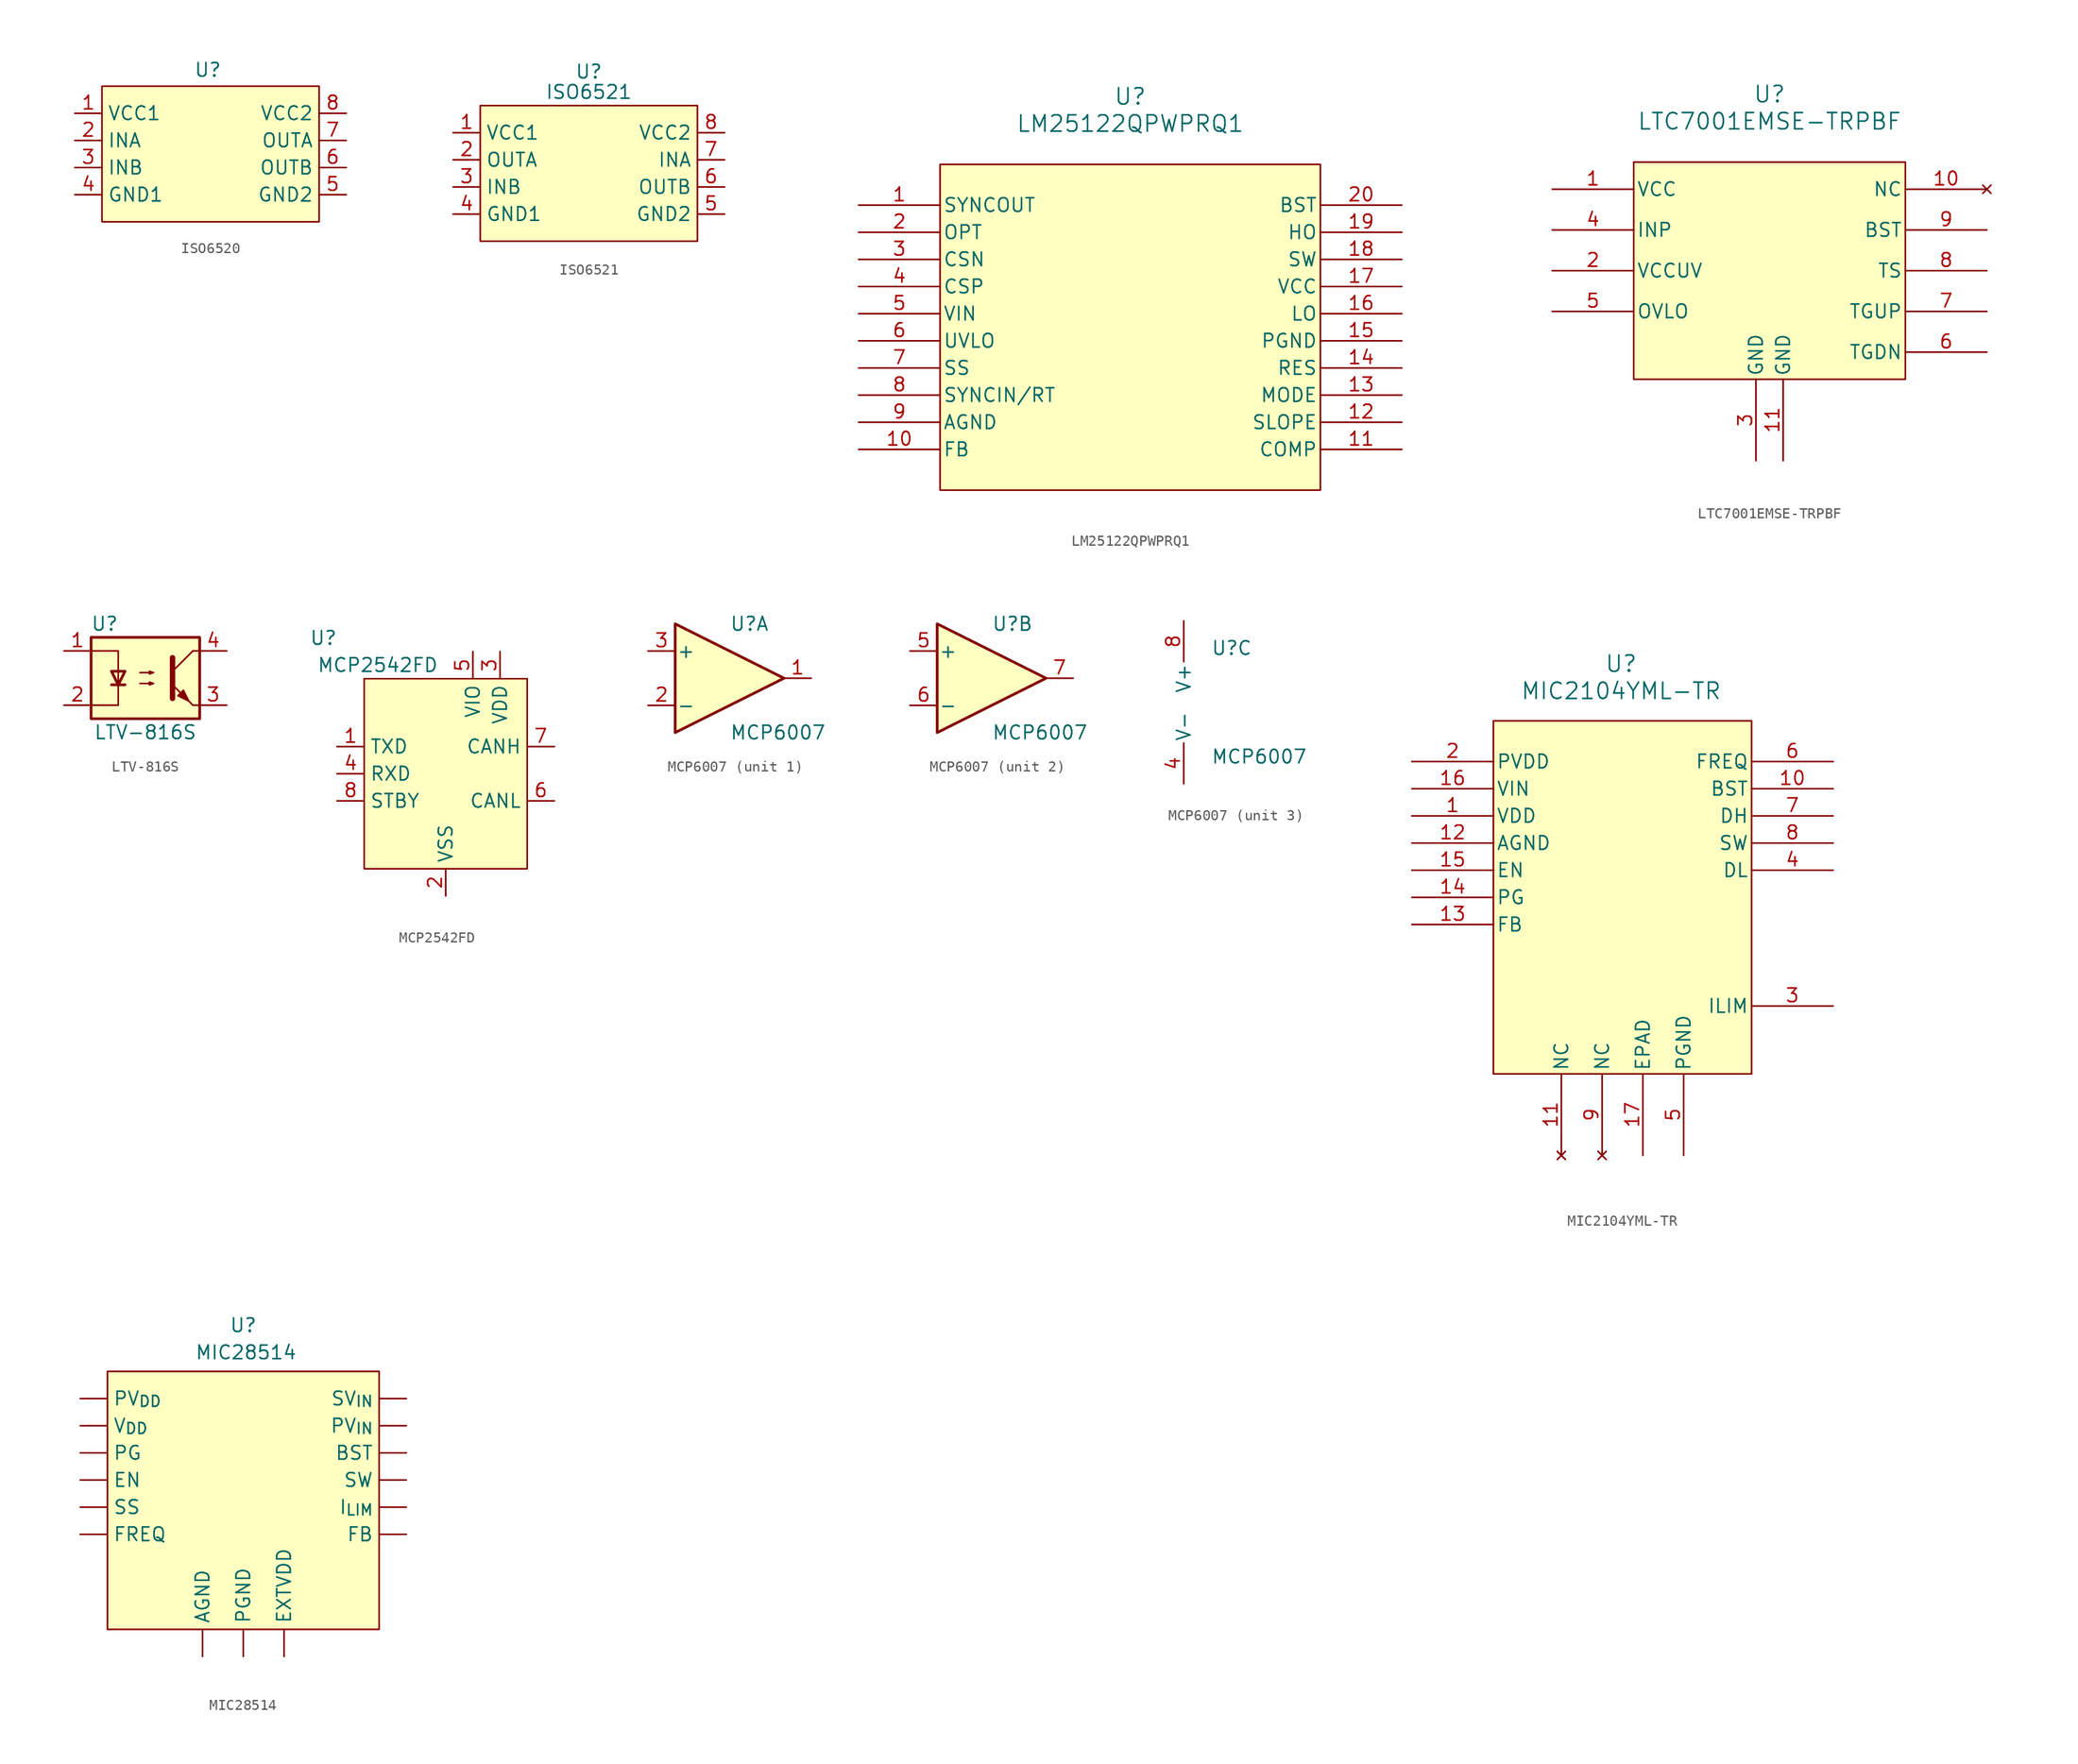
<source format=kicad_sym>
(kicad_symbol_lib
  (version 20231120)
  (generator "kicad_symbol_editor")
  (generator_version "8.0")
  (symbol "ISO6520"
    (property "Reference" "U"
      (at -0.254 7.874 0)
      (effects (font (size 1.27 1.27))))
    (property "Value" ""
      (at 3.81 -5.08 0)
      (effects (font (size 1.27 1.27))))
    (symbol "ISO6520_1_1"
      (rectangle (start -10.16 6.35) (end 10.16 -6.35) (stroke (width 0) (type default)) (fill (type background)))
      (pin input line (at -12.7 3.81 0) (length 2.54) (name "VCC1" (effects (font (size 1.27 1.27)))) (number "1" (effects (font (size 1.27 1.27)))))
      (pin input line (at -12.7 1.27 0) (length 2.54) (name "INA" (effects (font (size 1.27 1.27)))) (number "2" (effects (font (size 1.27 1.27)))))
      (pin input line (at -12.7 -1.27 0) (length 2.54) (name "INB" (effects (font (size 1.27 1.27)))) (number "3" (effects (font (size 1.27 1.27)))))
      (pin input line (at -12.7 -3.81 0) (length 2.54) (name "GND1" (effects (font (size 1.27 1.27)))) (number "4" (effects (font (size 1.27 1.27)))))
      (pin input line (at 12.7 -3.81 180) (length 2.54) (name "GND2" (effects (font (size 1.27 1.27)))) (number "5" (effects (font (size 1.27 1.27)))))
      (pin input line (at 12.7 -1.27 180) (length 2.54) (name "OUTB" (effects (font (size 1.27 1.27)))) (number "6" (effects (font (size 1.27 1.27)))))
      (pin input line (at 12.7 1.27 180) (length 2.54) (name "OUTA" (effects (font (size 1.27 1.27)))) (number "7" (effects (font (size 1.27 1.27)))))
      (pin input line (at 12.7 3.81 180) (length 2.54) (name "VCC2" (effects (font (size 1.27 1.27)))) (number "8" (effects (font (size 1.27 1.27)))))))
  (symbol "ISO6521"
    (property "Reference" "U"
      (at 0 8.89 0)
      (effects (font (size 1.27 1.27))))
    (property "Value" "ISO6521"
      (at 0 6.985 0)
      (effects (font (size 1.27 1.27))))
    (symbol "ISO6521_1_1"
      (rectangle (start -10.16 5.715) (end 10.16 -6.985) (stroke (width 0) (type default)) (fill (type background)))
      (pin input line (at -12.7 3.175 0) (length 2.54) (name "VCC1" (effects (font (size 1.27 1.27)))) (number "1" (effects (font (size 1.27 1.27)))))
      (pin input line (at -12.7 0.635 0) (length 2.54) (name "OUTA" (effects (font (size 1.27 1.27)))) (number "2" (effects (font (size 1.27 1.27)))))
      (pin input line (at -12.7 -1.905 0) (length 2.54) (name "INB" (effects (font (size 1.27 1.27)))) (number "3" (effects (font (size 1.27 1.27)))))
      (pin input line (at -12.7 -4.445 0) (length 2.54) (name "GND1" (effects (font (size 1.27 1.27)))) (number "4" (effects (font (size 1.27 1.27)))))
      (pin input line (at 12.7 -4.445 180) (length 2.54) (name "GND2" (effects (font (size 1.27 1.27)))) (number "5" (effects (font (size 1.27 1.27)))))
      (pin input line (at 12.7 -1.905 180) (length 2.54) (name "OUTB" (effects (font (size 1.27 1.27)))) (number "6" (effects (font (size 1.27 1.27)))))
      (pin input line (at 12.7 0.635 180) (length 2.54) (name "INA" (effects (font (size 1.27 1.27)))) (number "7" (effects (font (size 1.27 1.27)))))
      (pin input line (at 12.7 3.175 180) (length 2.54) (name "VCC2" (effects (font (size 1.27 1.27)))) (number "8" (effects (font (size 1.27 1.27)))))))
  (symbol "LM25122QPWPRQ1"
    (pin_names
      (offset 0.254))
    (property "Reference" "U"
      (at 25.4 10.16 0)
      (effects (font (size 1.524 1.524))))
    (property "Value" "LM25122QPWPRQ1"
      (at 25.4 7.62 0)
      (effects (font (size 1.524 1.524))))
    (symbol "LM25122QPWPRQ1_0_1"
      (pin output line (at 0 0 0) (length 7.62) (name "SYNCOUT" (effects (font (size 1.27 1.27)))) (number "1" (effects (font (size 1.27 1.27)))))
      (pin input line (at 0 -22.86 0) (length 7.62) (name "FB" (effects (font (size 1.27 1.27)))) (number "10" (effects (font (size 1.27 1.27)))))
      (pin output line (at 50.8 -22.86 180) (length 7.62) (name "COMP" (effects (font (size 1.27 1.27)))) (number "11" (effects (font (size 1.27 1.27)))))
      (pin input line (at 50.8 -20.32 180) (length 7.62) (name "SLOPE" (effects (font (size 1.27 1.27)))) (number "12" (effects (font (size 1.27 1.27)))))
      (pin input line (at 50.8 -17.78 180) (length 7.62) (name "MODE" (effects (font (size 1.27 1.27)))) (number "13" (effects (font (size 1.27 1.27)))))
      (pin output line (at 50.8 -15.24 180) (length 7.62) (name "RES" (effects (font (size 1.27 1.27)))) (number "14" (effects (font (size 1.27 1.27)))))
      (pin power_in line (at 50.8 -12.7 180) (length 7.62) (name "PGND" (effects (font (size 1.27 1.27)))) (number "15" (effects (font (size 1.27 1.27)))))
      (pin output line (at 50.8 -10.16 180) (length 7.62) (name "LO" (effects (font (size 1.27 1.27)))) (number "16" (effects (font (size 1.27 1.27)))))
      (pin power_in line (at 50.8 -7.62 180) (length 7.62) (name "VCC" (effects (font (size 1.27 1.27)))) (number "17" (effects (font (size 1.27 1.27)))))
      (pin bidirectional line (at 50.8 -5.08 180) (length 7.62) (name "SW" (effects (font (size 1.27 1.27)))) (number "18" (effects (font (size 1.27 1.27)))))
      (pin output line (at 50.8 -2.54 180) (length 7.62) (name "HO" (effects (font (size 1.27 1.27)))) (number "19" (effects (font (size 1.27 1.27)))))
      (pin input line (at 0 -2.54 0) (length 7.62) (name "OPT" (effects (font (size 1.27 1.27)))) (number "2" (effects (font (size 1.27 1.27)))))
      (pin unspecified line (at 50.8 0 180) (length 7.62) (name "BST" (effects (font (size 1.27 1.27)))) (number "20" (effects (font (size 1.27 1.27)))))
      (pin input line (at 0 -5.08 0) (length 7.62) (name "CSN" (effects (font (size 1.27 1.27)))) (number "3" (effects (font (size 1.27 1.27)))))
      (pin input line (at 0 -7.62 0) (length 7.62) (name "CSP" (effects (font (size 1.27 1.27)))) (number "4" (effects (font (size 1.27 1.27)))))
      (pin input line (at 0 -10.16 0) (length 7.62) (name "VIN" (effects (font (size 1.27 1.27)))) (number "5" (effects (font (size 1.27 1.27)))))
      (pin input line (at 0 -12.7 0) (length 7.62) (name "UVLO" (effects (font (size 1.27 1.27)))) (number "6" (effects (font (size 1.27 1.27)))))
      (pin input line (at 0 -15.24 0) (length 7.62) (name "SS" (effects (font (size 1.27 1.27)))) (number "7" (effects (font (size 1.27 1.27)))))
      (pin input line (at 0 -17.78 0) (length 7.62) (name "SYNCIN/RT" (effects (font (size 1.27 1.27)))) (number "8" (effects (font (size 1.27 1.27)))))
      (pin power_in line (at 0 -20.32 0) (length 7.62) (name "AGND" (effects (font (size 1.27 1.27)))) (number "9" (effects (font (size 1.27 1.27))))))
    (symbol "LM25122QPWPRQ1_1_1"
      (rectangle (start 7.62 3.81) (end 43.18 -26.67) (stroke (width 0) (type default)) (fill (type background)))))
  (symbol "LTC7001EMSE-TRPBF"
    (pin_names
      (offset 0.254))
    (property "Reference" "U"
      (at 20.32 10.16 0)
      (effects (font (size 1.524 1.524))))
    (property "Value" "LTC7001EMSE-TRPBF"
      (at 20.32 7.62 0)
      (effects (font (size 1.524 1.524))))
    (symbol "LTC7001EMSE-TRPBF_0_1"
      (pin power_in line (at 0 1.27 0) (length 7.62) (name "VCC" (effects (font (size 1.27 1.27)))) (number "1" (effects (font (size 1.27 1.27)))))
      (pin no_connect line (at 40.64 1.27 180) (length 7.62) (name "NC" (effects (font (size 1.27 1.27)))) (number "10" (effects (font (size 1.27 1.27)))))
      (pin power_out line (at 21.59 -24.13 90) (length 7.62) (name "GND" (effects (font (size 1.27 1.27)))) (number "11" (effects (font (size 1.27 1.27)))))
      (pin power_in line (at 0 -6.35 0) (length 7.62) (name "VCCUV" (effects (font (size 1.27 1.27)))) (number "2" (effects (font (size 1.27 1.27)))))
      (pin input line (at 0 -2.54 0) (length 7.62) (name "INP" (effects (font (size 1.27 1.27)))) (number "4" (effects (font (size 1.27 1.27)))))
      (pin input line (at 0 -10.16 0) (length 7.62) (name "OVLO" (effects (font (size 1.27 1.27)))) (number "5" (effects (font (size 1.27 1.27)))))
      (pin power_in line (at 40.64 -13.97 180) (length 7.62) (name "TGDN" (effects (font (size 1.27 1.27)))) (number "6" (effects (font (size 1.27 1.27)))))
      (pin power_in line (at 40.64 -10.16 180) (length 7.62) (name "TGUP" (effects (font (size 1.27 1.27)))) (number "7" (effects (font (size 1.27 1.27)))))
      (pin power_in line (at 40.64 -6.35 180) (length 7.62) (name "TS" (effects (font (size 1.27 1.27)))) (number "8" (effects (font (size 1.27 1.27)))))
      (pin power_in line (at 40.64 -2.54 180) (length 7.62) (name "BST" (effects (font (size 1.27 1.27)))) (number "9" (effects (font (size 1.27 1.27))))))
    (symbol "LTC7001EMSE-TRPBF_1_1"
      (rectangle (start 7.62 3.81) (end 33.02 -16.51) (stroke (width 0) (type default)) (fill (type background)))
      (pin power_out line (at 19.05 -24.13 90) (length 7.62) (name "GND" (effects (font (size 1.27 1.27)))) (number "3" (effects (font (size 1.27 1.27)))))))
  (symbol "LTV-816S"
    (pin_names
      (offset 1.016))
    (property "Reference" "U"
      (at -3.81 5.08 0)
      (effects (font (size 1.27 1.27))))
    (property "Value" "LTV-816S"
      (at 0 -5.08 0)
      (effects (font (size 1.27 1.27))))
    (symbol "LTV-816S_1_1"
      (rectangle (start -5.08 3.81) (end 5.08 -3.81) (stroke (width 0.254) (type default)) (fill (type background)))
      (polyline (pts (xy -3.175 -0.635) (xy -1.905 -0.635)) (stroke (width 0.254) (type default)) (fill (type none)))
      (polyline (pts (xy 2.54 0.635) (xy 4.445 2.54)) (stroke (width 0) (type default)) (fill (type none)))
      (polyline (pts (xy 4.445 -2.54) (xy 2.54 -0.635)) (stroke (width 0) (type default)) (fill (type outline)))
      (polyline (pts (xy 4.445 -2.54) (xy 5.08 -2.54)) (stroke (width 0) (type default)) (fill (type none)))
      (polyline (pts (xy 4.445 2.54) (xy 5.08 2.54)) (stroke (width 0) (type default)) (fill (type none)))
      (polyline (pts (xy -5.08 2.54) (xy -2.54 2.54) (xy -2.54 -0.762)) (stroke (width 0) (type default)) (fill (type none)))
      (polyline (pts (xy -2.54 -0.635) (xy -2.54 -2.54) (xy -5.08 -2.54)) (stroke (width 0) (type default)) (fill (type none)))
      (polyline (pts (xy 2.54 1.905) (xy 2.54 -1.905) (xy 2.54 -1.905)) (stroke (width 0.508) (type default)) (fill (type none)))
      (polyline (pts (xy -2.54 -0.635) (xy -3.175 0.635) (xy -1.905 0.635) (xy -2.54 -0.635)) (stroke (width 0.254) (type default)) (fill (type none)))
      (polyline (pts (xy -0.508 -0.508) (xy 0.762 -0.508) (xy 0.381 -0.635) (xy 0.381 -0.381) (xy 0.762 -0.508)) (stroke (width 0) (type default)) (fill (type none)))
      (polyline (pts (xy -0.508 0.508) (xy 0.762 0.508) (xy 0.381 0.381) (xy 0.381 0.635) (xy 0.762 0.508)) (stroke (width 0) (type default)) (fill (type none)))
      (polyline (pts (xy 3.048 -1.651) (xy 3.556 -1.143) (xy 4.064 -2.159) (xy 3.048 -1.651) (xy 3.048 -1.651)) (stroke (width 0) (type default)) (fill (type outline)))
      (pin passive line (at -7.62 2.54 0) (length 2.54) (name "~" (effects (font (size 1.27 1.27)))) (number "1" (effects (font (size 1.27 1.27)))))
      (pin passive line (at -7.62 -2.54 0) (length 2.54) (name "~" (effects (font (size 1.27 1.27)))) (number "2" (effects (font (size 1.27 1.27)))))
      (pin passive line (at 7.62 -2.54 180) (length 2.54) (name "~" (effects (font (size 1.27 1.27)))) (number "3" (effects (font (size 1.27 1.27)))))
      (pin passive line (at 7.62 2.54 180) (length 2.54) (name "~" (effects (font (size 1.27 1.27)))) (number "4" (effects (font (size 1.27 1.27)))))))
  (symbol "MCP2542FD"
    (property "Reference" "U"
      (at -11.43 3.81 0)
      (effects (font (size 1.27 1.27))))
    (property "Value" "MCP2542FD"
      (at -6.35 1.27 0)
      (effects (font (size 1.27 1.27))))
    (symbol "MCP2542FD_0_0"
      (pin passive line (at -10.16 -6.35 0) (length 2.54) (name "TXD" (effects (font (size 1.27 1.27)))) (number "1" (effects (font (size 1.27 1.27)))))
      (pin passive line (at 0 -20.32 90) (length 2.54) (name "VSS" (effects (font (size 1.27 1.27)))) (number "2" (effects (font (size 1.27 1.27)))))
      (pin passive line (at 5.08 2.54 270) (length 2.54) (name "VDD" (effects (font (size 1.27 1.27)))) (number "3" (effects (font (size 1.27 1.27)))))
      (pin passive line (at -10.16 -8.89 0) (length 2.54) (name "RXD" (effects (font (size 1.27 1.27)))) (number "4" (effects (font (size 1.27 1.27)))))
      (pin passive line (at 2.54 2.54 270) (length 2.54) (name "VIO" (effects (font (size 1.27 1.27)))) (number "5" (effects (font (size 1.27 1.27)))))
      (pin passive line (at 10.16 -11.43 180) (length 2.54) (name "CANL" (effects (font (size 1.27 1.27)))) (number "6" (effects (font (size 1.27 1.27)))))
      (pin passive line (at 10.16 -6.35 180) (length 2.54) (name "CANH" (effects (font (size 1.27 1.27)))) (number "7" (effects (font (size 1.27 1.27)))))
      (pin passive line (at -10.16 -11.43 0) (length 2.54) (name "STBY" (effects (font (size 1.27 1.27)))) (number "8" (effects (font (size 1.27 1.27))))))
    (symbol "MCP2542FD_1_1"
      (rectangle (start -7.62 0) (end 7.62 -17.78) (stroke (width 0) (type default)) (fill (type background)))))
  (symbol "MCP6007"
    (pin_names
      (offset 0.127))
    (property "Reference" "U"
      (at 0 5.08 0)
      (effects (font (size 1.27 1.27)) (justify left)))
    (property "Value" "MCP6007"
      (at 0 -5.08 0)
      (effects (font (size 1.27 1.27)) (justify left)))
    (property "ki_locked" ""
      (at 0 0 0)
      (effects (font (size 1.27 1.27))))
    (symbol "MCP6007_1_1"
      (polyline (pts (xy -5.08 5.08) (xy 5.08 0) (xy -5.08 -5.08) (xy -5.08 5.08)) (stroke (width 0.254) (type default)) (fill (type background)))
      (pin output line (at 7.62 0 180) (length 2.54) (name "~" (effects (font (size 1.27 1.27)))) (number "1" (effects (font (size 1.27 1.27)))))
      (pin input line (at -7.62 -2.54 0) (length 2.54) (name "-" (effects (font (size 1.27 1.27)))) (number "2" (effects (font (size 1.27 1.27)))))
      (pin input line (at -7.62 2.54 0) (length 2.54) (name "+" (effects (font (size 1.27 1.27)))) (number "3" (effects (font (size 1.27 1.27))))))
    (symbol "MCP6007_2_1"
      (polyline (pts (xy -5.08 5.08) (xy 5.08 0) (xy -5.08 -5.08) (xy -5.08 5.08)) (stroke (width 0.254) (type default)) (fill (type background)))
      (pin input line (at -7.62 2.54 0) (length 2.54) (name "+" (effects (font (size 1.27 1.27)))) (number "5" (effects (font (size 1.27 1.27)))))
      (pin input line (at -7.62 -2.54 0) (length 2.54) (name "-" (effects (font (size 1.27 1.27)))) (number "6" (effects (font (size 1.27 1.27)))))
      (pin output line (at 7.62 0 180) (length 2.54) (name "~" (effects (font (size 1.27 1.27)))) (number "7" (effects (font (size 1.27 1.27))))))
    (symbol "MCP6007_3_1"
      (pin power_in line (at -2.54 -7.62 90) (length 3.81) (name "V-" (effects (font (size 1.27 1.27)))) (number "4" (effects (font (size 1.27 1.27)))))
      (pin power_in line (at -2.54 7.62 270) (length 3.81) (name "V+" (effects (font (size 1.27 1.27)))) (number "8" (effects (font (size 1.27 1.27)))))))
  (symbol "MIC2104YML-TR"
    (pin_names
      (offset 0.254))
    (property "Reference" "U"
      (at 19.558 9.144 0)
      (effects (font (size 1.524 1.524))))
    (property "Value" "MIC2104YML-TR"
      (at 19.558 6.604 0)
      (effects (font (size 1.524 1.524))))
    (symbol "MIC2104YML-TR_0_1"
      (pin power_in line (at 0 -5.08 0) (length 7.62) (name "VDD" (effects (font (size 1.27 1.27)))) (number "1" (effects (font (size 1.27 1.27)))))
      (pin input line (at 39.37 -2.54 180) (length 7.62) (name "BST" (effects (font (size 1.27 1.27)))) (number "10" (effects (font (size 1.27 1.27)))))
      (pin no_connect line (at 13.97 -36.83 90) (length 7.62) (name "NC" (effects (font (size 1.27 1.27)))) (number "11" (effects (font (size 1.27 1.27)))))
      (pin power_in line (at 0 -7.62 0) (length 7.62) (name "AGND" (effects (font (size 1.27 1.27)))) (number "12" (effects (font (size 1.27 1.27)))))
      (pin input line (at 0 -15.24 0) (length 7.62) (name "FB" (effects (font (size 1.27 1.27)))) (number "13" (effects (font (size 1.27 1.27)))))
      (pin output line (at 0 -12.7 0) (length 7.62) (name "PG" (effects (font (size 1.27 1.27)))) (number "14" (effects (font (size 1.27 1.27)))))
      (pin input line (at 0 -10.16 0) (length 7.62) (name "EN" (effects (font (size 1.27 1.27)))) (number "15" (effects (font (size 1.27 1.27)))))
      (pin input line (at 0 -2.54 0) (length 7.62) (name "VIN" (effects (font (size 1.27 1.27)))) (number "16" (effects (font (size 1.27 1.27)))))
      (pin power_in line (at 0 0 0) (length 7.62) (name "PVDD" (effects (font (size 1.27 1.27)))) (number "2" (effects (font (size 1.27 1.27)))))
      (pin unspecified line (at 39.37 -22.86 180) (length 7.62) (name "ILIM" (effects (font (size 1.27 1.27)))) (number "3" (effects (font (size 1.27 1.27)))))
      (pin output line (at 39.37 -10.16 180) (length 7.62) (name "DL" (effects (font (size 1.27 1.27)))) (number "4" (effects (font (size 1.27 1.27)))))
      (pin power_in line (at 25.4 -36.83 90) (length 7.62) (name "PGND" (effects (font (size 1.27 1.27)))) (number "5" (effects (font (size 1.27 1.27)))))
      (pin input line (at 39.37 0 180) (length 7.62) (name "FREQ" (effects (font (size 1.27 1.27)))) (number "6" (effects (font (size 1.27 1.27)))))
      (pin output line (at 39.37 -5.08 180) (length 7.62) (name "DH" (effects (font (size 1.27 1.27)))) (number "7" (effects (font (size 1.27 1.27)))))
      (pin input line (at 39.37 -7.62 180) (length 7.62) (name "SW" (effects (font (size 1.27 1.27)))) (number "8" (effects (font (size 1.27 1.27)))))
      (pin no_connect line (at 17.78 -36.83 90) (length 7.62) (name "NC" (effects (font (size 1.27 1.27)))) (number "9" (effects (font (size 1.27 1.27))))))
    (symbol "MIC2104YML-TR_1_1"
      (rectangle (start 7.62 3.81) (end 31.75 -29.21) (stroke (width 0) (type default)) (fill (type background)))
      (pin unspecified line (at 21.59 -36.83 90) (length 7.62) (name "EPAD" (effects (font (size 1.27 1.27)))) (number "17" (effects (font (size 1.27 1.27)))))))
  (symbol "MIC28514"
    (property "Reference" "U"
      (at 0 14.478 0)
      (effects (font (size 1.27 1.27))))
    (property "Value" "MIC28514"
      (at 0.254 11.938 0)
      (effects (font (size 1.27 1.27))))
    (symbol "MIC28514_1_1"
      (rectangle (start -12.7 10.16) (end 12.7 -13.97) (stroke (width 0) (type default)) (fill (type background)))
      (pin input line (at -3.81 -16.51 90) (length 2.54) (name "AGND" (effects (font (size 1.27 1.27)))) (number "" (effects (font (size 1.27 1.27)))))
      (pin input line (at 15.24 2.54 180) (length 2.54) (name "BST" (effects (font (size 1.27 1.27)))) (number "" (effects (font (size 1.27 1.27)))))
      (pin input line (at -15.24 0 0) (length 2.54) (name "EN" (effects (font (size 1.27 1.27)))) (number "" (effects (font (size 1.27 1.27)))))
      (pin input line (at 3.81 -16.51 90) (length 2.54) (name "EXTVDD" (effects (font (size 1.27 1.27)))) (number "" (effects (font (size 1.27 1.27)))))
      (pin input line (at 15.24 -5.08 180) (length 2.54) (name "FB" (effects (font (size 1.27 1.27)))) (number "" (effects (font (size 1.27 1.27)))))
      (pin input line (at -15.24 -5.08 0) (length 2.54) (name "FREQ" (effects (font (size 1.27 1.27)))) (number "" (effects (font (size 1.27 1.27)))))
      (pin input line (at 15.24 -2.54 180) (length 2.54) (name "I_{LIM}" (effects (font (size 1.27 1.27)))) (number "" (effects (font (size 1.27 1.27)))))
      (pin input line (at -15.24 2.54 0) (length 2.54) (name "PG" (effects (font (size 1.27 1.27)))) (number "" (effects (font (size 1.27 1.27)))))
      (pin input line (at 0 -16.51 90) (length 2.54) (name "PGND" (effects (font (size 1.27 1.27)))) (number "" (effects (font (size 1.27 1.27)))))
      (pin input line (at -15.24 7.62 0) (length 2.54) (name "PV_{DD}" (effects (font (size 1.27 1.27)))) (number "" (effects (font (size 1.27 1.27)))))
      (pin input line (at 15.24 5.08 180) (length 2.54) (name "PV_{IN}" (effects (font (size 1.27 1.27)))) (number "" (effects (font (size 1.27 1.27)))))
      (pin input line (at -15.24 -2.54 0) (length 2.54) (name "SS" (effects (font (size 1.27 1.27)))) (number "" (effects (font (size 1.27 1.27)))))
      (pin input line (at 15.24 7.62 180) (length 2.54) (name "SV_{IN}" (effects (font (size 1.27 1.27)))) (number "" (effects (font (size 1.27 1.27)))))
      (pin input line (at 15.24 0 180) (length 2.54) (name "SW" (effects (font (size 1.27 1.27)))) (number "" (effects (font (size 1.27 1.27)))))
      (pin input line (at -15.24 5.08 0) (length 2.54) (name "V_{DD}" (effects (font (size 1.27 1.27)))) (number "" (effects (font (size 1.27 1.27))))))))
</source>
